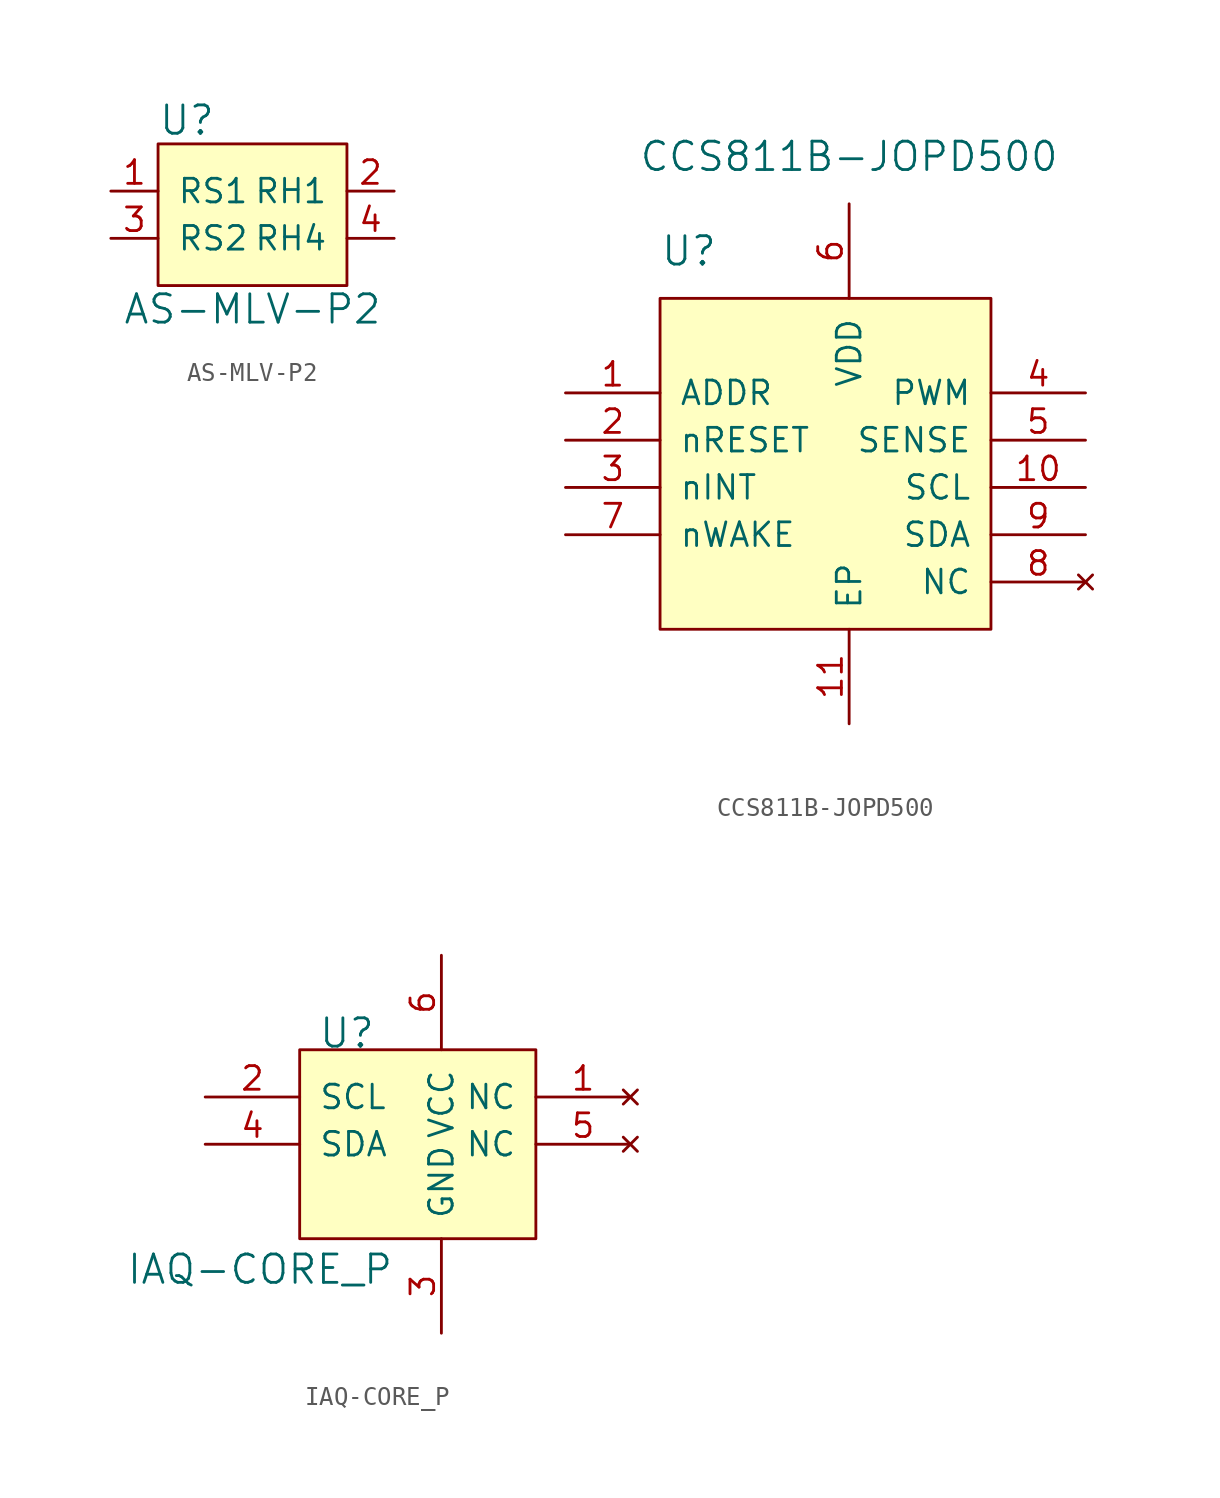
<source format=kicad_sym>
(kicad_symbol_lib
  (version 20211014)
  (generator kicad_symbol_editor)
  (symbol "AS-MLV-P2"
    (pin_names
      (offset 1.016))
    (property "Reference" "U"
      (at -5.08 8.89 0)
      (effects (font (size 1.524 1.524)) (justify left)))
    (property "Value" "AS-MLV-P2"
      (at 0 -1.27 0)
      (effects (font (size 1.524 1.524))))
    (symbol "AS-MLV-P2_0_1"
      (rectangle (start 5.08 7.62) (end -5.08 0) (stroke (width 0) (type default) (color 0 0 0 0)) (fill (type background))))
    (symbol "AS-MLV-P2_1_1"
      (pin unspecified line (at -7.62 5.08 0) (length 2.54) (name "RS1" (effects (font (size 1.27 1.27)))) (number "1" (effects (font (size 1.27 1.27)))))
      (pin unspecified line (at 7.62 5.08 180) (length 2.54) (name "RH1" (effects (font (size 1.27 1.27)))) (number "2" (effects (font (size 1.27 1.27)))))
      (pin unspecified line (at -7.62 2.54 0) (length 2.54) (name "RS2" (effects (font (size 1.27 1.27)))) (number "3" (effects (font (size 1.27 1.27)))))
      (pin unspecified line (at 7.62 2.54 180) (length 2.54) (name "RH4" (effects (font (size 1.27 1.27)))) (number "4" (effects (font (size 1.27 1.27)))))))
  (symbol "CCS811B-JOPD500"
    (pin_names
      (offset 1.016))
    (property "Reference" "U"
      (at -7.62 12.7 0)
      (effects (font (size 1.524 1.524)) (justify left)))
    (property "Value" "CCS811B-JOPD500"
      (at 2.54 17.78 0)
      (effects (font (size 1.524 1.524))))
    (symbol "CCS811B-JOPD500_0_1"
      (rectangle (start -7.62 10.16) (end 10.16 -7.62) (stroke (width 0) (type default) (color 0 0 0 0)) (fill (type background))))
    (symbol "CCS811B-JOPD500_1_1"
      (pin input line (at -12.7 5.08 0) (length 5.08) (name "ADDR" (effects (font (size 1.27 1.27)))) (number "1" (effects (font (size 1.27 1.27)))))
      (pin input line (at 15.24 0 180) (length 5.08) (name "SCL" (effects (font (size 1.27 1.27)))) (number "10" (effects (font (size 1.27 1.27)))))
      (pin input line (at 2.54 -12.7 90) (length 5.08) (name "EP" (effects (font (size 1.27 1.27)))) (number "11" (effects (font (size 1.27 1.27)))))
      (pin input line (at -12.7 2.54 0) (length 5.08) (name "nRESET" (effects (font (size 1.27 1.27)))) (number "2" (effects (font (size 1.27 1.27)))))
      (pin output line (at -12.7 0 0) (length 5.08) (name "nINT" (effects (font (size 1.27 1.27)))) (number "3" (effects (font (size 1.27 1.27)))))
      (pin output line (at 15.24 5.08 180) (length 5.08) (name "PWM" (effects (font (size 1.27 1.27)))) (number "4" (effects (font (size 1.27 1.27)))))
      (pin output line (at 15.24 2.54 180) (length 5.08) (name "SENSE" (effects (font (size 1.27 1.27)))) (number "5" (effects (font (size 1.27 1.27)))))
      (pin power_in line (at 2.54 15.24 270) (length 5.08) (name "VDD" (effects (font (size 1.27 1.27)))) (number "6" (effects (font (size 1.27 1.27)))))
      (pin input line (at -12.7 -2.54 0) (length 5.08) (name "nWAKE" (effects (font (size 1.27 1.27)))) (number "7" (effects (font (size 1.27 1.27)))))
      (pin no_connect line (at 15.24 -5.08 180) (length 5.08) (name "NC" (effects (font (size 1.27 1.27)))) (number "8" (effects (font (size 1.27 1.27)))))
      (pin bidirectional line (at 15.24 -2.54 180) (length 5.08) (name "SDA" (effects (font (size 1.27 1.27)))) (number "9" (effects (font (size 1.27 1.27)))))))
  (symbol "IAQ-CORE_P"
    (pin_names
      (offset 1.016))
    (property "Reference" "U"
      (at -5.08 5.08 0)
      (effects (font (size 1.524 1.524)) (justify bottom)))
    (property "Value" "IAQ-CORE_P"
      (at -2.54 -7.62 0)
      (effects (font (size 1.524 1.524)) (justify right bottom)))
    (symbol "IAQ-CORE_P_0_1"
      (rectangle (start -7.62 5.08) (end 5.08 -5.08) (stroke (width 0) (type default) (color 0 0 0 0)) (fill (type background))))
    (symbol "IAQ-CORE_P_1_1"
      (pin no_connect line (at 10.16 2.54 180) (length 5.08) (name "NC" (effects (font (size 1.27 1.27)))) (number "1" (effects (font (size 1.27 1.27)))))
      (pin input line (at -12.7 2.54 0) (length 5.08) (name "SCL" (effects (font (size 1.27 1.27)))) (number "2" (effects (font (size 1.27 1.27)))))
      (pin power_in line (at 0 -10.16 90) (length 5.08) (name "GND" (effects (font (size 1.27 1.27)))) (number "3" (effects (font (size 1.27 1.27)))))
      (pin bidirectional line (at -12.7 0 0) (length 5.08) (name "SDA" (effects (font (size 1.27 1.27)))) (number "4" (effects (font (size 1.27 1.27)))))
      (pin no_connect line (at 10.16 0 180) (length 5.08) (name "NC" (effects (font (size 1.27 1.27)))) (number "5" (effects (font (size 1.27 1.27)))))
      (pin power_in line (at 0 10.16 270) (length 5.08) (name "VCC" (effects (font (size 1.27 1.27)))) (number "6" (effects (font (size 1.27 1.27))))))))
</source>
